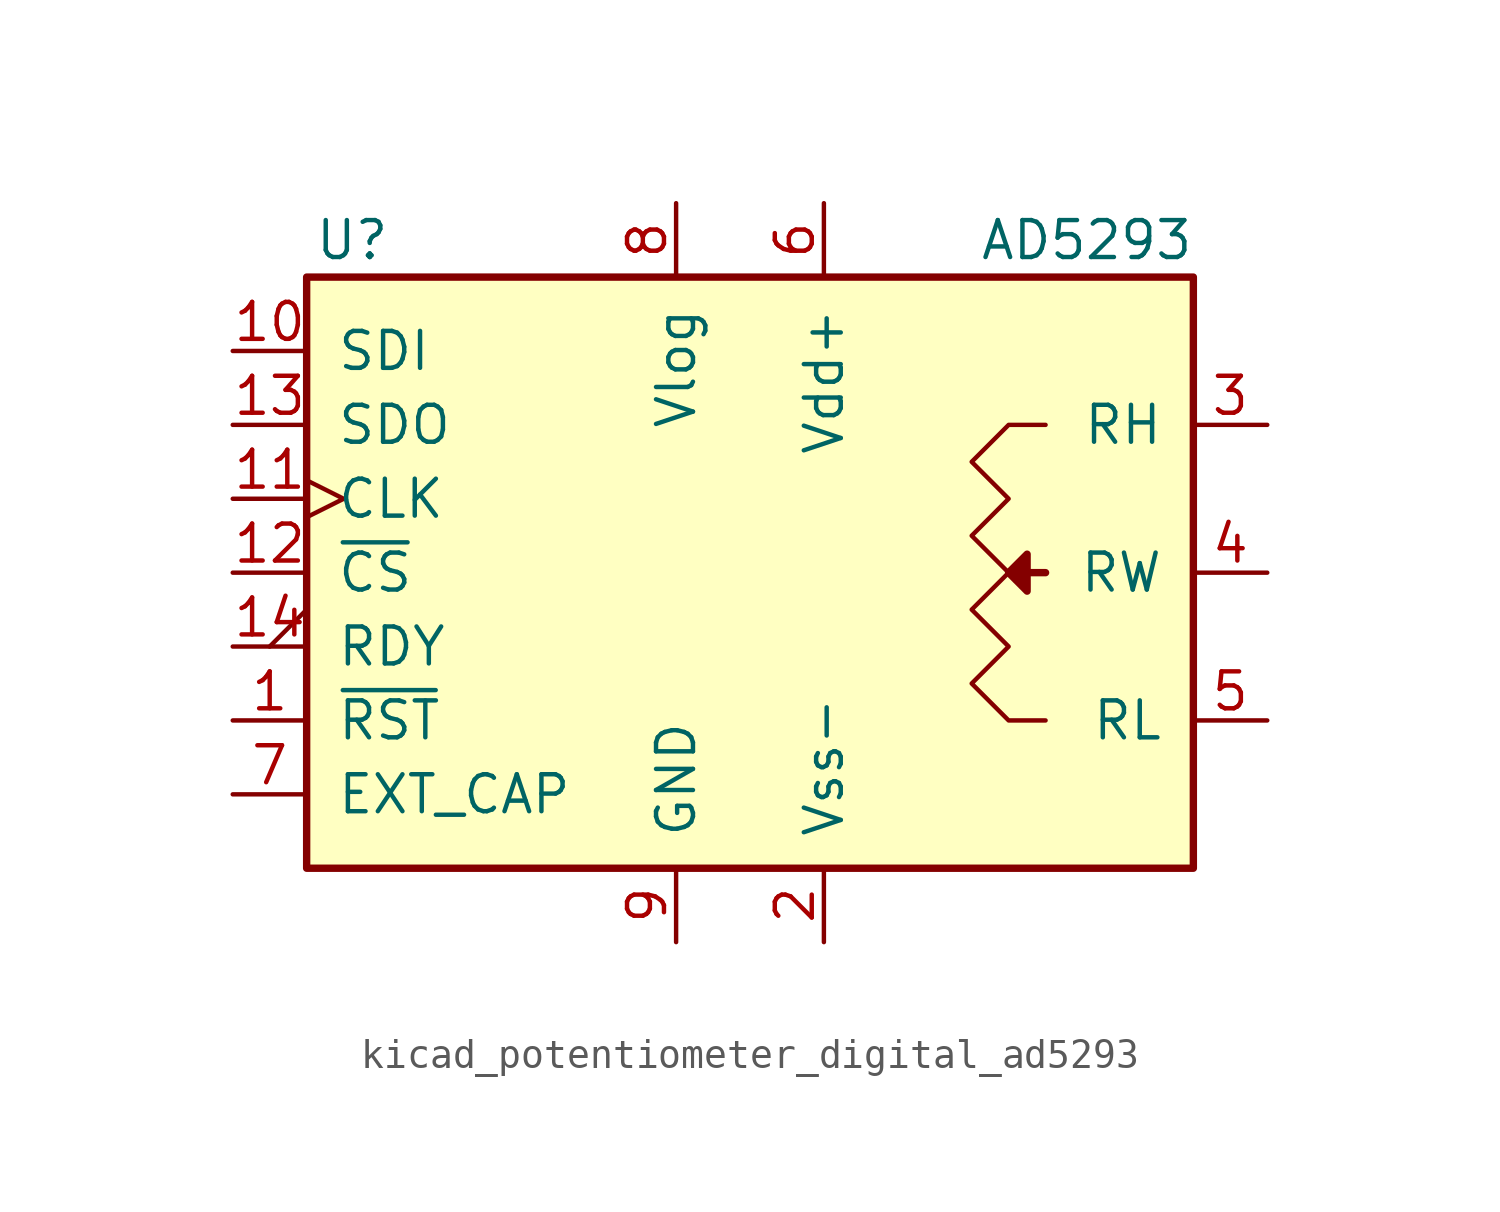
<source format=kicad_sym>
(kicad_symbol_lib
  (version 20220914)
  (generator kicad_symbol_editor)
  (symbol "kicad_potentiometer_digital_ad5293"
    (pin_names
      (offset 1.016))
    (property "Reference" "U"
      (at -14.986 11.43 0)
      (effects (font (size 1.27 1.27)) (justify left)))
    (property "Value" "AD5293"
      (at 7.874 11.43 0)
      (effects (font (size 1.27 1.27)) (justify left)))
    (symbol "kicad_potentiometer_digital_ad5293_0_1"
      (rectangle (start -15.24 10.16) (end 15.24 -10.16) (stroke (width 0.254) (type default)) (fill (type background)))
      (polyline (pts (xy 9.525 0) (xy 10.16 0)) (stroke (width 0.254) (type default)) (fill (type none)))
      (polyline (pts (xy 8.89 0) (xy 9.525 0.635) (xy 9.525 -0.635) (xy 8.89 0)) (stroke (width 0.254) (type default)) (fill (type outline)))
      (polyline (pts (xy 10.16 5.08) (xy 8.89 5.08) (xy 7.62 3.81) (xy 8.89 2.54) (xy 7.62 1.27) (xy 8.89 0) (xy 7.62 -1.27) (xy 8.89 -2.54) (xy 7.62 -3.81) (xy 8.89 -5.08) (xy 10.16 -5.08) (xy 10.16 -5.08) (xy 10.16 -5.08)) (stroke (width 0) (type default)) (fill (type none))))
    (symbol "kicad_potentiometer_digital_ad5293_1_1"
      (pin input line (at -17.78 -5.08 0) (length 2.54) (name "~{RST}" (effects (font (size 1.27 1.27)))) (number "1" (effects (font (size 1.27 1.27)))))
      (pin input line (at -17.78 7.62 0) (length 2.54) (name "SDI" (effects (font (size 1.27 1.27)))) (number "10" (effects (font (size 1.27 1.27)))))
      (pin input clock (at -17.78 2.54 0) (length 2.54) (name "CLK" (effects (font (size 1.27 1.27)))) (number "11" (effects (font (size 1.27 1.27)))))
      (pin input line (at -17.78 0 0) (length 2.54) (name "~{CS}" (effects (font (size 1.27 1.27)))) (number "12" (effects (font (size 1.27 1.27)))))
      (pin output line (at -17.78 5.08 0) (length 2.54) (name "SDO" (effects (font (size 1.27 1.27)))) (number "13" (effects (font (size 1.27 1.27)))))
      (pin open_collector output_low (at -17.78 -2.54 0) (length 2.54) (name "RDY" (effects (font (size 1.27 1.27)))) (number "14" (effects (font (size 1.27 1.27)))))
      (pin power_in line (at 2.54 -12.7 90) (length 2.54) (name "Vss-" (effects (font (size 1.27 1.27)))) (number "2" (effects (font (size 1.27 1.27)))))
      (pin passive line (at 17.78 5.08 180) (length 2.54) (name "RH" (effects (font (size 1.27 1.27)))) (number "3" (effects (font (size 1.27 1.27)))))
      (pin passive line (at 17.78 0 180) (length 2.54) (name "RW" (effects (font (size 1.27 1.27)))) (number "4" (effects (font (size 1.27 1.27)))))
      (pin passive line (at 17.78 -5.08 180) (length 2.54) (name "RL" (effects (font (size 1.27 1.27)))) (number "5" (effects (font (size 1.27 1.27)))))
      (pin power_in line (at 2.54 12.7 270) (length 2.54) (name "Vdd+" (effects (font (size 1.27 1.27)))) (number "6" (effects (font (size 1.27 1.27)))))
      (pin passive line (at -17.78 -7.62 0) (length 2.54) (name "EXT_CAP" (effects (font (size 1.27 1.27)))) (number "7" (effects (font (size 1.27 1.27)))))
      (pin power_in line (at -2.54 12.7 270) (length 2.54) (name "Vlog" (effects (font (size 1.27 1.27)))) (number "8" (effects (font (size 1.27 1.27)))))
      (pin power_in line (at -2.54 -12.7 90) (length 2.54) (name "GND" (effects (font (size 1.27 1.27)))) (number "9" (effects (font (size 1.27 1.27))))))))
</source>
